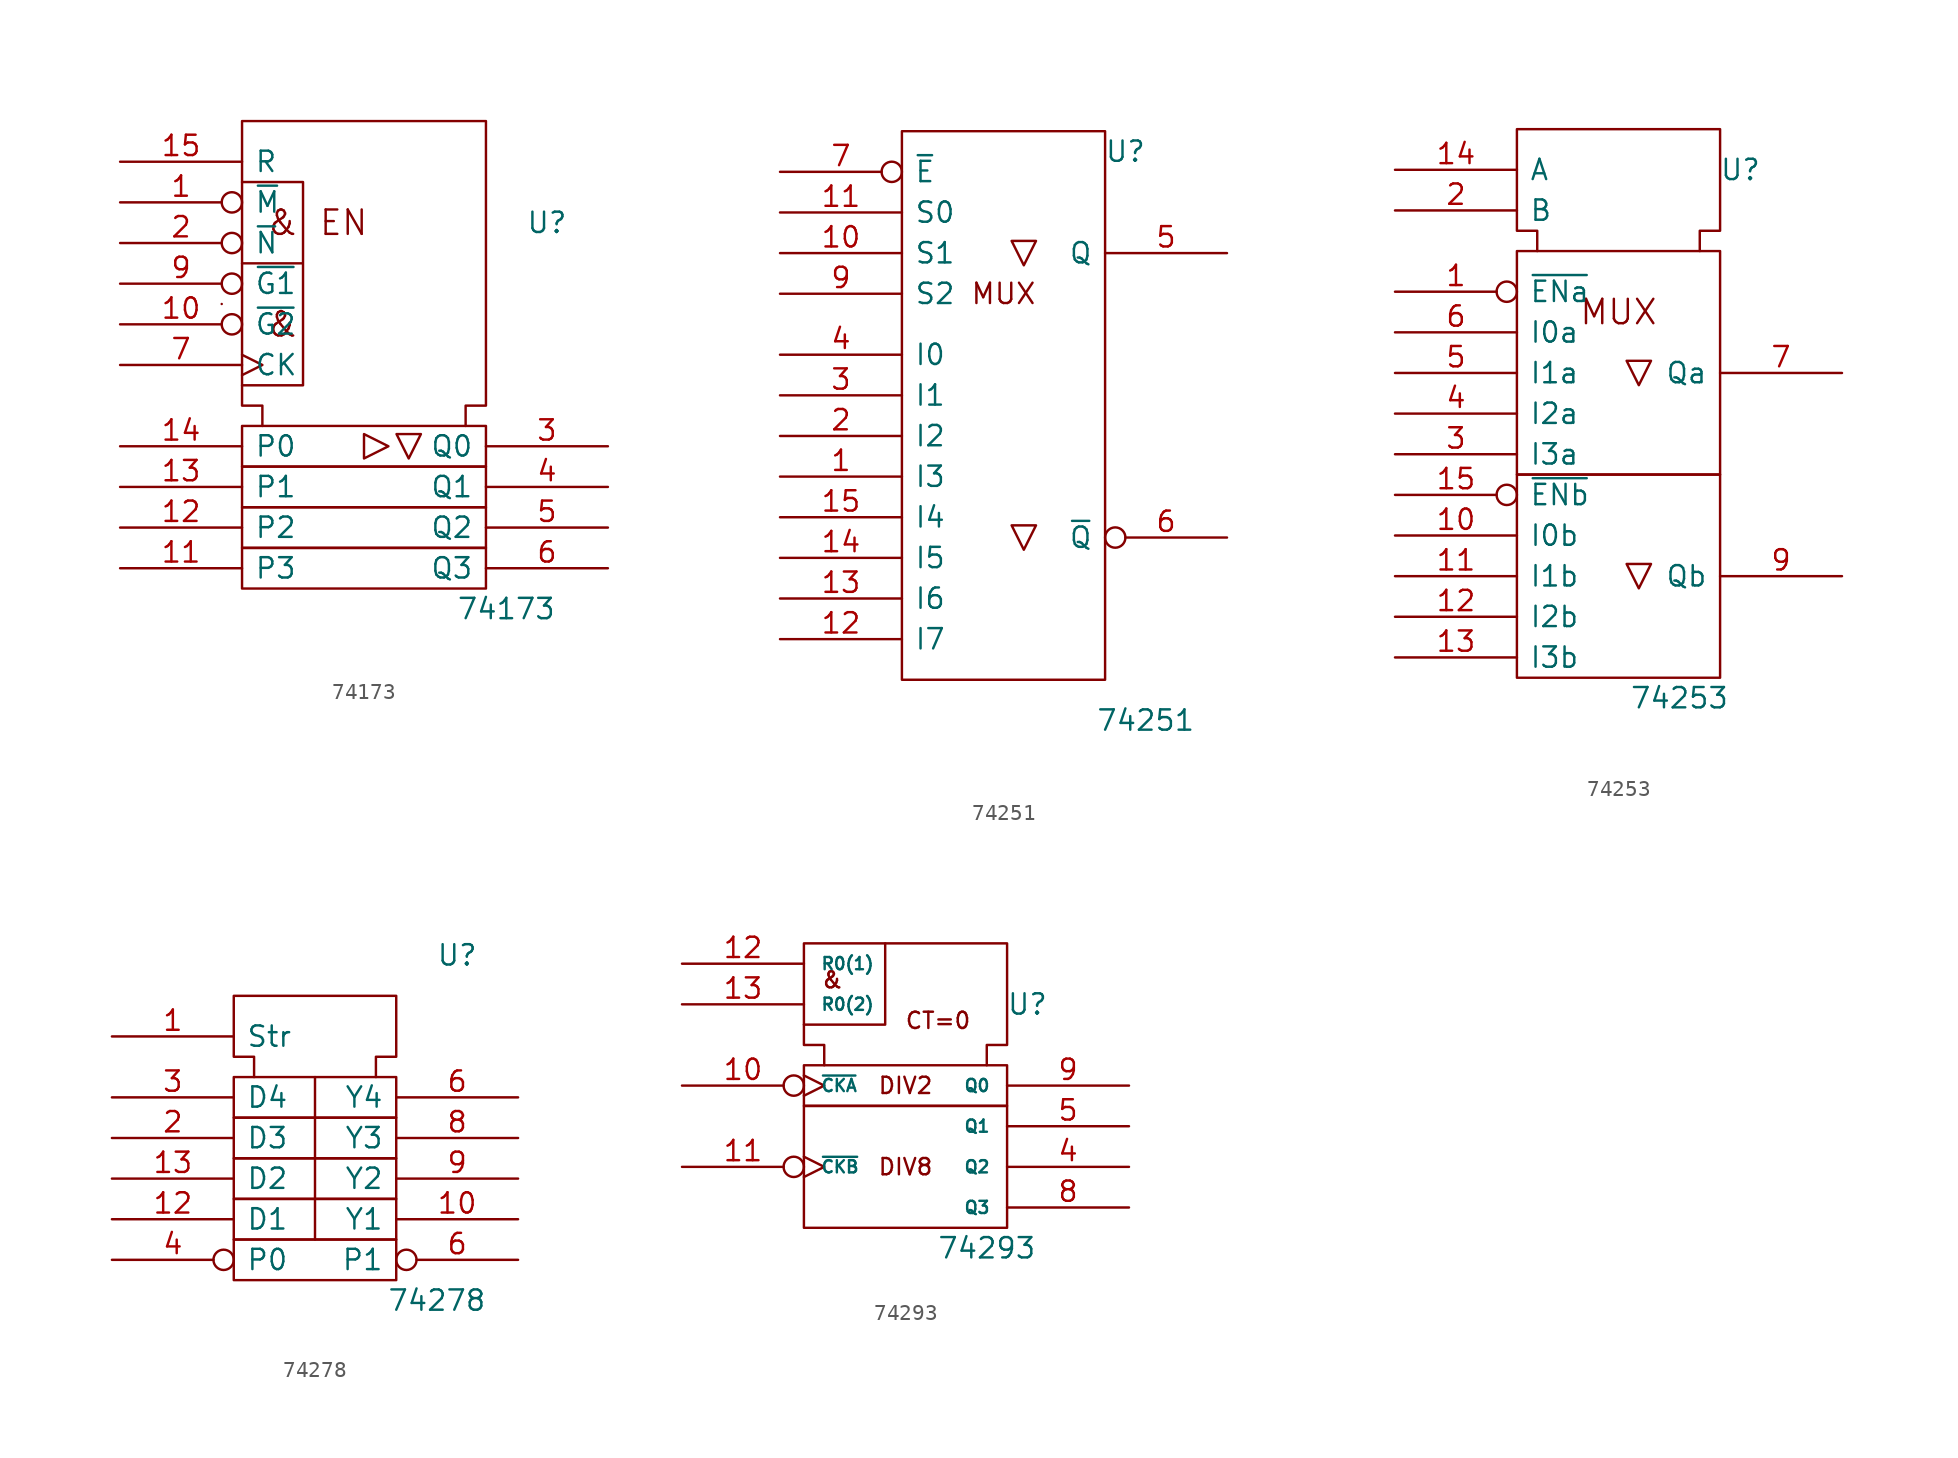
<source format=kicad_sym>
(kicad_symbol_lib
  (version 20201005)
  (generator kicad_symbol_editor)
  (symbol "74173"
    (pin_names
      (offset 0.762))
    (property "Reference" "U"
      (at 11.43 7.62 0)
      (effects (font (size 1.27 1.27))))
    (property "Value" "74173"
      (at 8.89 -16.51 0)
      (effects (font (size 1.27 1.27))))
    (symbol "74173_0_0"
      (text "&" (at -5.08 1.27 0) (effects (font (size 1.524 1.524))))
      (text "EN" (at -1.27 7.62 0) (effects (font (size 1.524 1.524))))
      (text "&" (at -5.08 7.62 0) (effects (font (size 1.524 1.524))))
      (polyline (pts (xy 0 -5.588) (xy 0 -7.112) (xy 1.524 -6.35) (xy 0 -5.588) (xy 0 -5.588)) (stroke (width 0)) (fill (type none)))
      (polyline (pts (xy -7.62 10.16) (xy -3.81 10.16) (xy -3.81 5.08) (xy -7.62 5.08) (xy -3.81 5.08) (xy -3.81 -2.54) (xy -7.62 -2.54) (xy -7.62 -2.54)) (stroke (width 0)) (fill (type none)))
      (polyline (pts (xy 3.556 -5.588) (xy 2.032 -5.588) (xy 2.794 -7.112) (xy 3.556 -5.588) (xy 3.556 -5.588)) (stroke (width 0)) (fill (type none)))
      (polyline (pts (xy -8.89 2.54) (xy -8.89 2.54)) (stroke (width 0)) (fill (type none)))
      (pin power_in line (at 0 13.97 270) (length 0) hide (name "GND" (effects (font (size 1.27 1.27)))) (number "8" (effects (font (size 1.27 1.27)))))
      (pin power_in line (at 5.08 13.97 270) (length 0) hide (name "VCC" (effects (font (size 1.27 1.27)))) (number "16" (effects (font (size 1.27 1.27))))))
    (symbol "74173_0_1"
      (rectangle (start -7.62 -5.08) (end 7.62 -7.62) (stroke (width 0)) (fill (type none)))
      (rectangle (start -7.62 -12.7) (end 7.62 -15.24) (stroke (width 0)) (fill (type none)))
      (rectangle (start -7.62 -7.62) (end 7.62 -10.16) (stroke (width 0)) (fill (type none)))
      (rectangle (start -7.62 -10.16) (end 7.62 -12.7) (stroke (width 0)) (fill (type none)))
      (polyline (pts (xy -6.35 -5.08) (xy -6.35 -3.81) (xy -7.62 -3.81) (xy -7.62 13.97) (xy 7.62 13.97) (xy 7.62 -3.81) (xy 6.35 -3.81) (xy 6.35 -5.08) (xy 6.35 -5.08)) (stroke (width 0)) (fill (type none))))
    (symbol "74173_1_1"
      (pin output line (at 15.24 -13.97 180) (length 7.62) (name "Q3" (effects (font (size 1.27 1.27)))) (number "6" (effects (font (size 1.27 1.27)))))
      (pin output line (at 15.24 -11.43 180) (length 7.62) (name "Q2" (effects (font (size 1.27 1.27)))) (number "5" (effects (font (size 1.27 1.27)))))
      (pin output line (at 15.24 -8.89 180) (length 7.62) (name "Q1" (effects (font (size 1.27 1.27)))) (number "4" (effects (font (size 1.27 1.27)))))
      (pin output line (at 15.24 -6.35 180) (length 7.62) (name "Q0" (effects (font (size 1.27 1.27)))) (number "3" (effects (font (size 1.27 1.27)))))
      (pin input line (at -15.24 -13.97 0) (length 7.62) (name "P3" (effects (font (size 1.27 1.27)))) (number "11" (effects (font (size 1.27 1.27)))))
      (pin input line (at -15.24 -11.43 0) (length 7.62) (name "P2" (effects (font (size 1.27 1.27)))) (number "12" (effects (font (size 1.27 1.27)))))
      (pin input line (at -15.24 -8.89 0) (length 7.62) (name "P1" (effects (font (size 1.27 1.27)))) (number "13" (effects (font (size 1.27 1.27)))))
      (pin input line (at -15.24 -6.35 0) (length 7.62) (name "P0" (effects (font (size 1.27 1.27)))) (number "14" (effects (font (size 1.27 1.27)))))
      (pin input clock (at -15.24 -1.27 0) (length 7.62) (name "CK" (effects (font (size 1.27 1.27)))) (number "7" (effects (font (size 1.27 1.27)))))
      (pin input inverted (at -15.24 1.27 0) (length 7.62) (name "~G2" (effects (font (size 1.27 1.27)))) (number "10" (effects (font (size 1.27 1.27)))))
      (pin input inverted (at -15.24 3.81 0) (length 7.62) (name "~G1" (effects (font (size 1.27 1.27)))) (number "9" (effects (font (size 1.27 1.27)))))
      (pin input inverted (at -15.24 6.35 0) (length 7.62) (name "~N" (effects (font (size 1.27 1.27)))) (number "2" (effects (font (size 1.27 1.27)))))
      (pin input inverted (at -15.24 8.89 0) (length 7.62) (name "~M" (effects (font (size 1.27 1.27)))) (number "1" (effects (font (size 1.27 1.27)))))
      (pin input line (at -15.24 11.43 0) (length 7.62) (name "R" (effects (font (size 1.27 1.27)))) (number "15" (effects (font (size 1.27 1.27)))))))
  (symbol "74251"
    (pin_names
      (offset 0.762))
    (property "Reference" "U"
      (at 7.62 15.24 0)
      (effects (font (size 1.27 1.27))))
    (property "Value" "74251"
      (at 8.89 -20.32 0)
      (effects (font (size 1.27 1.27))))
    (symbol "74251_0_0"
      (text "MUX" (at 0 6.35 0) (effects (font (size 1.27 1.27))))
      (rectangle (start -6.35 16.51) (end 6.35 -17.78) (stroke (width 0)) (fill (type none)))
      (polyline (pts (xy 2.032 -8.128) (xy 0.508 -8.128) (xy 1.27 -9.652) (xy 2.032 -8.128) (xy 2.032 -8.128)) (stroke (width 0)) (fill (type none)))
      (polyline (pts (xy 2.032 9.652) (xy 0.508 9.652) (xy 1.27 8.128) (xy 2.032 9.652) (xy 2.032 9.652)) (stroke (width 0)) (fill (type none)))
      (pin power_in line (at 0 16.51 270) (length 0) hide (name "VCC" (effects (font (size 1.27 1.27)))) (number "16" (effects (font (size 1.27 1.27)))))
      (pin power_in line (at 0 -17.78 90) (length 0) hide (name "GND" (effects (font (size 1.27 1.27)))) (number "8" (effects (font (size 1.27 1.27))))))
    (symbol "74251_1_1"
      (pin tri_state inverted (at 13.97 -8.89 180) (length 7.62) (name "~Q" (effects (font (size 1.27 1.27)))) (number "6" (effects (font (size 1.27 1.27)))))
      (pin tri_state line (at 13.97 8.89 180) (length 7.62) (name "Q" (effects (font (size 1.27 1.27)))) (number "5" (effects (font (size 1.27 1.27)))))
      (pin input line (at -13.97 -15.24 0) (length 7.62) (name "I7" (effects (font (size 1.27 1.27)))) (number "12" (effects (font (size 1.27 1.27)))))
      (pin input line (at -13.97 -12.7 0) (length 7.62) (name "I6" (effects (font (size 1.27 1.27)))) (number "13" (effects (font (size 1.27 1.27)))))
      (pin input line (at -13.97 -10.16 0) (length 7.62) (name "I5" (effects (font (size 1.27 1.27)))) (number "14" (effects (font (size 1.27 1.27)))))
      (pin input line (at -13.97 -7.62 0) (length 7.62) (name "I4" (effects (font (size 1.27 1.27)))) (number "15" (effects (font (size 1.27 1.27)))))
      (pin input line (at -13.97 -5.08 0) (length 7.62) (name "I3" (effects (font (size 1.27 1.27)))) (number "1" (effects (font (size 1.27 1.27)))))
      (pin input line (at -13.97 -2.54 0) (length 7.62) (name "I2" (effects (font (size 1.27 1.27)))) (number "2" (effects (font (size 1.27 1.27)))))
      (pin input line (at -13.97 0 0) (length 7.62) (name "I1" (effects (font (size 1.27 1.27)))) (number "3" (effects (font (size 1.27 1.27)))))
      (pin input line (at -13.97 2.54 0) (length 7.62) (name "I0" (effects (font (size 1.27 1.27)))) (number "4" (effects (font (size 1.27 1.27)))))
      (pin input line (at -13.97 6.35 0) (length 7.62) (name "S2" (effects (font (size 1.27 1.27)))) (number "9" (effects (font (size 1.27 1.27)))))
      (pin input line (at -13.97 8.89 0) (length 7.62) (name "S1" (effects (font (size 1.27 1.27)))) (number "10" (effects (font (size 1.27 1.27)))))
      (pin input line (at -13.97 11.43 0) (length 7.62) (name "S0" (effects (font (size 1.27 1.27)))) (number "11" (effects (font (size 1.27 1.27)))))
      (pin input inverted (at -13.97 13.97 0) (length 7.62) (name "~E" (effects (font (size 1.27 1.27)))) (number "7" (effects (font (size 1.27 1.27)))))))
  (symbol "74253"
    (pin_names
      (offset 0.762))
    (property "Reference" "U"
      (at 7.62 16.51 0)
      (effects (font (size 1.27 1.27))))
    (property "Value" "74253"
      (at 3.81 -16.51 0)
      (effects (font (size 1.27 1.27))))
    (symbol "74253_0_0"
      (text "MUX" (at 0 7.62 0) (effects (font (size 1.524 1.524))))
      (rectangle (start -6.35 -2.54) (end 6.35 -15.24) (stroke (width 0)) (fill (type none)))
      (rectangle (start -6.35 11.43) (end 6.35 -2.54) (stroke (width 0)) (fill (type none)))
      (polyline (pts (xy 2.032 -8.128) (xy 0.508 -8.128) (xy 1.27 -9.652) (xy 2.032 -8.128) (xy 2.032 -8.128)) (stroke (width 0)) (fill (type none)))
      (polyline (pts (xy 2.032 4.572) (xy 0.508 4.572) (xy 1.27 3.048) (xy 2.032 4.572) (xy 2.032 4.572)) (stroke (width 0)) (fill (type none)))
      (polyline (pts (xy -5.08 11.43) (xy -5.08 12.7) (xy -6.35 12.7) (xy -6.35 19.05) (xy 6.35 19.05) (xy 6.35 12.7) (xy 5.08 12.7) (xy 5.08 11.43) (xy 5.08 11.43)) (stroke (width 0)) (fill (type none)))
      (pin power_in line (at 0 19.05 270) (length 0) hide (name "GND" (effects (font (size 1.27 1.27)))) (number "8" (effects (font (size 1.27 1.27)))))
      (pin power_in line (at 3.81 19.05 270) (length 0) hide (name "VCC" (effects (font (size 1.27 1.27)))) (number "16" (effects (font (size 1.27 1.27))))))
    (symbol "74253_1_1"
      (pin tri_state line (at 13.97 -8.89 180) (length 7.62) (name "Qb" (effects (font (size 1.27 1.27)))) (number "9" (effects (font (size 1.27 1.27)))))
      (pin tri_state line (at 13.97 3.81 180) (length 7.62) (name "Qa" (effects (font (size 1.27 1.27)))) (number "7" (effects (font (size 1.27 1.27)))))
      (pin input line (at -13.97 -13.97 0) (length 7.62) (name "I3b" (effects (font (size 1.27 1.27)))) (number "13" (effects (font (size 1.27 1.27)))))
      (pin input line (at -13.97 -11.43 0) (length 7.62) (name "I2b" (effects (font (size 1.27 1.27)))) (number "12" (effects (font (size 1.27 1.27)))))
      (pin input line (at -13.97 -8.89 0) (length 7.62) (name "I1b" (effects (font (size 1.27 1.27)))) (number "11" (effects (font (size 1.27 1.27)))))
      (pin input line (at -13.97 -6.35 0) (length 7.62) (name "I0b" (effects (font (size 1.27 1.27)))) (number "10" (effects (font (size 1.27 1.27)))))
      (pin input inverted (at -13.97 -3.81 0) (length 7.62) (name "~ENb" (effects (font (size 1.27 1.27)))) (number "15" (effects (font (size 1.27 1.27)))))
      (pin input line (at -13.97 -1.27 0) (length 7.62) (name "I3a" (effects (font (size 1.27 1.27)))) (number "3" (effects (font (size 1.27 1.27)))))
      (pin input line (at -13.97 1.27 0) (length 7.62) (name "I2a" (effects (font (size 1.27 1.27)))) (number "4" (effects (font (size 1.27 1.27)))))
      (pin input line (at -13.97 3.81 0) (length 7.62) (name "I1a" (effects (font (size 1.27 1.27)))) (number "5" (effects (font (size 1.27 1.27)))))
      (pin input line (at -13.97 6.35 0) (length 7.62) (name "I0a" (effects (font (size 1.27 1.27)))) (number "6" (effects (font (size 1.27 1.27)))))
      (pin input inverted (at -13.97 8.89 0) (length 7.62) (name "~ENa" (effects (font (size 1.27 1.27)))) (number "1" (effects (font (size 1.27 1.27)))))
      (pin input line (at -13.97 13.97 0) (length 7.62) (name "B" (effects (font (size 1.27 1.27)))) (number "2" (effects (font (size 1.27 1.27)))))
      (pin input line (at -13.97 16.51 0) (length 7.62) (name "A" (effects (font (size 1.27 1.27)))) (number "14" (effects (font (size 1.27 1.27)))))))
  (symbol "74278"
    (pin_names
      (offset 0.762))
    (property "Reference" "U"
      (at 8.89 10.16 0)
      (effects (font (size 1.27 1.27))))
    (property "Value" "74278"
      (at 7.62 -11.43 0)
      (effects (font (size 1.27 1.27))))
    (symbol "74278_0_0"
      (rectangle (start -5.08 0) (end 5.08 -2.54) (stroke (width 0)) (fill (type none)))
      (rectangle (start -5.08 -5.08) (end 5.08 -7.62) (stroke (width 0)) (fill (type none)))
      (rectangle (start -5.08 -2.54) (end 5.08 -5.08) (stroke (width 0)) (fill (type none)))
      (rectangle (start -5.08 -7.62) (end 5.08 -10.16) (stroke (width 0)) (fill (type none)))
      (rectangle (start -5.08 2.54) (end 5.08 0) (stroke (width 0)) (fill (type none)))
      (polyline (pts (xy 0 2.54) (xy 0 -7.62) (xy 0 -7.62)) (stroke (width 0)) (fill (type none)))
      (polyline (pts (xy -3.81 2.54) (xy -3.81 3.81) (xy -5.08 3.81) (xy -5.08 7.62) (xy 5.08 7.62) (xy 5.08 3.81) (xy 3.81 3.81) (xy 3.81 2.54) (xy 3.81 2.54)) (stroke (width 0)) (fill (type none)))
      (pin power_in line (at 0 7.62 270) (length 0) hide (name "Gnd" (effects (font (size 1.27 1.27)))) (number "7" (effects (font (size 1.27 1.27)))))
      (pin power_in line (at 3.81 7.62 270) (length 0) hide (name "VCC" (effects (font (size 1.27 1.27)))) (number "14" (effects (font (size 1.27 1.27))))))
    (symbol "74278_1_1"
      (pin output inverted (at 12.7 -8.89 180) (length 7.62) (name "P1" (effects (font (size 1.27 1.27)))) (number "6" (effects (font (size 1.27 1.27)))))
      (pin output line (at 12.7 -6.35 180) (length 7.62) (name "Y1" (effects (font (size 1.27 1.27)))) (number "10" (effects (font (size 1.27 1.27)))))
      (pin output line (at 12.7 -3.81 180) (length 7.62) (name "Y2" (effects (font (size 1.27 1.27)))) (number "9" (effects (font (size 1.27 1.27)))))
      (pin output line (at 12.7 -1.27 180) (length 7.62) (name "Y3" (effects (font (size 1.27 1.27)))) (number "8" (effects (font (size 1.27 1.27)))))
      (pin output line (at 12.7 1.27 180) (length 7.62) (name "Y4" (effects (font (size 1.27 1.27)))) (number "6" (effects (font (size 1.27 1.27)))))
      (pin input inverted (at -12.7 -8.89 0) (length 7.62) (name "P0" (effects (font (size 1.27 1.27)))) (number "4" (effects (font (size 1.27 1.27)))))
      (pin input line (at -12.7 -6.35 0) (length 7.62) (name "D1" (effects (font (size 1.27 1.27)))) (number "12" (effects (font (size 1.27 1.27)))))
      (pin input line (at -12.7 -3.81 0) (length 7.62) (name "D2" (effects (font (size 1.27 1.27)))) (number "13" (effects (font (size 1.27 1.27)))))
      (pin input line (at -12.7 -1.27 0) (length 7.62) (name "D3" (effects (font (size 1.27 1.27)))) (number "2" (effects (font (size 1.27 1.27)))))
      (pin input line (at -12.7 1.27 0) (length 7.62) (name "D4" (effects (font (size 1.27 1.27)))) (number "3" (effects (font (size 1.27 1.27)))))
      (pin input line (at -12.7 5.08 0) (length 7.62) (name "Str" (effects (font (size 1.27 1.27)))) (number "1" (effects (font (size 1.27 1.27)))))))
  (symbol "74293"
    (pin_names
      (offset 1.016))
    (property "Reference" "U"
      (at 7.62 5.08 0)
      (effects (font (size 1.27 1.27))))
    (property "Value" "74293"
      (at 5.08 -10.16 0)
      (effects (font (size 1.27 1.27))))
    (symbol "74293_0_0"
      (text "CT=0" (at 2.032 4.064 0) (effects (font (size 1.016 1.016))))
      (text "DIV8" (at 0 -5.08 0) (effects (font (size 1.016 1.016))))
      (text "DIV2" (at 0 0 0) (effects (font (size 1.016 1.016))))
      (text "&" (at -4.572 6.604 0) (effects (font (size 1.016 1.016))))
      (rectangle (start -6.35 -1.27) (end 6.35 -8.89) (stroke (width 0)) (fill (type none)))
      (rectangle (start -6.35 1.27) (end 6.35 -1.27) (stroke (width 0)) (fill (type none)))
      (polyline (pts (xy -1.27 8.89) (xy -1.27 3.81) (xy -6.35 3.81) (xy -6.35 3.81)) (stroke (width 0)) (fill (type none)))
      (polyline (pts (xy -5.08 1.27) (xy -5.08 2.54) (xy -6.35 2.54) (xy -6.35 8.89) (xy 6.35 8.89) (xy 6.35 2.54) (xy 5.08 2.54) (xy 5.08 1.27) (xy 5.08 1.27)) (stroke (width 0)) (fill (type none)))
      (pin input line (at 0 8.89 270) (length 0) hide (name "GND" (effects (font (size 0.762 0.762)))) (number "7" (effects (font (size 1.27 1.27)))))
      (pin power_in line (at 5.08 8.89 270) (length 0) hide (name "VCC" (effects (font (size 0.762 0.762)))) (number "14" (effects (font (size 1.27 1.27))))))
    (symbol "74293_1_1"
      (pin output line (at 13.97 -7.62 180) (length 7.62) (name "Q3" (effects (font (size 0.762 0.762)))) (number "8" (effects (font (size 1.27 1.27)))))
      (pin output line (at 13.97 -5.08 180) (length 7.62) (name "Q2" (effects (font (size 0.762 0.762)))) (number "4" (effects (font (size 1.27 1.27)))))
      (pin output line (at 13.97 -2.54 180) (length 7.62) (name "Q1" (effects (font (size 0.762 0.762)))) (number "5" (effects (font (size 1.27 1.27)))))
      (pin output line (at 13.97 0 180) (length 7.62) (name "Q0" (effects (font (size 0.762 0.762)))) (number "9" (effects (font (size 1.27 1.27)))))
      (pin input inverted_clock (at -13.97 -5.08 0) (length 7.62) (name "~CKB" (effects (font (size 0.762 0.762)))) (number "11" (effects (font (size 1.27 1.27)))))
      (pin input inverted_clock (at -13.97 0 0) (length 7.62) (name "~CKA" (effects (font (size 0.762 0.762)))) (number "10" (effects (font (size 1.27 1.27)))))
      (pin input line (at -13.97 5.08 0) (length 7.62) (name "R0(2)" (effects (font (size 0.762 0.762)))) (number "13" (effects (font (size 1.27 1.27)))))
      (pin input line (at -13.97 7.62 0) (length 7.62) (name "R0(1)" (effects (font (size 0.762 0.762)))) (number "12" (effects (font (size 1.27 1.27))))))))
</source>
